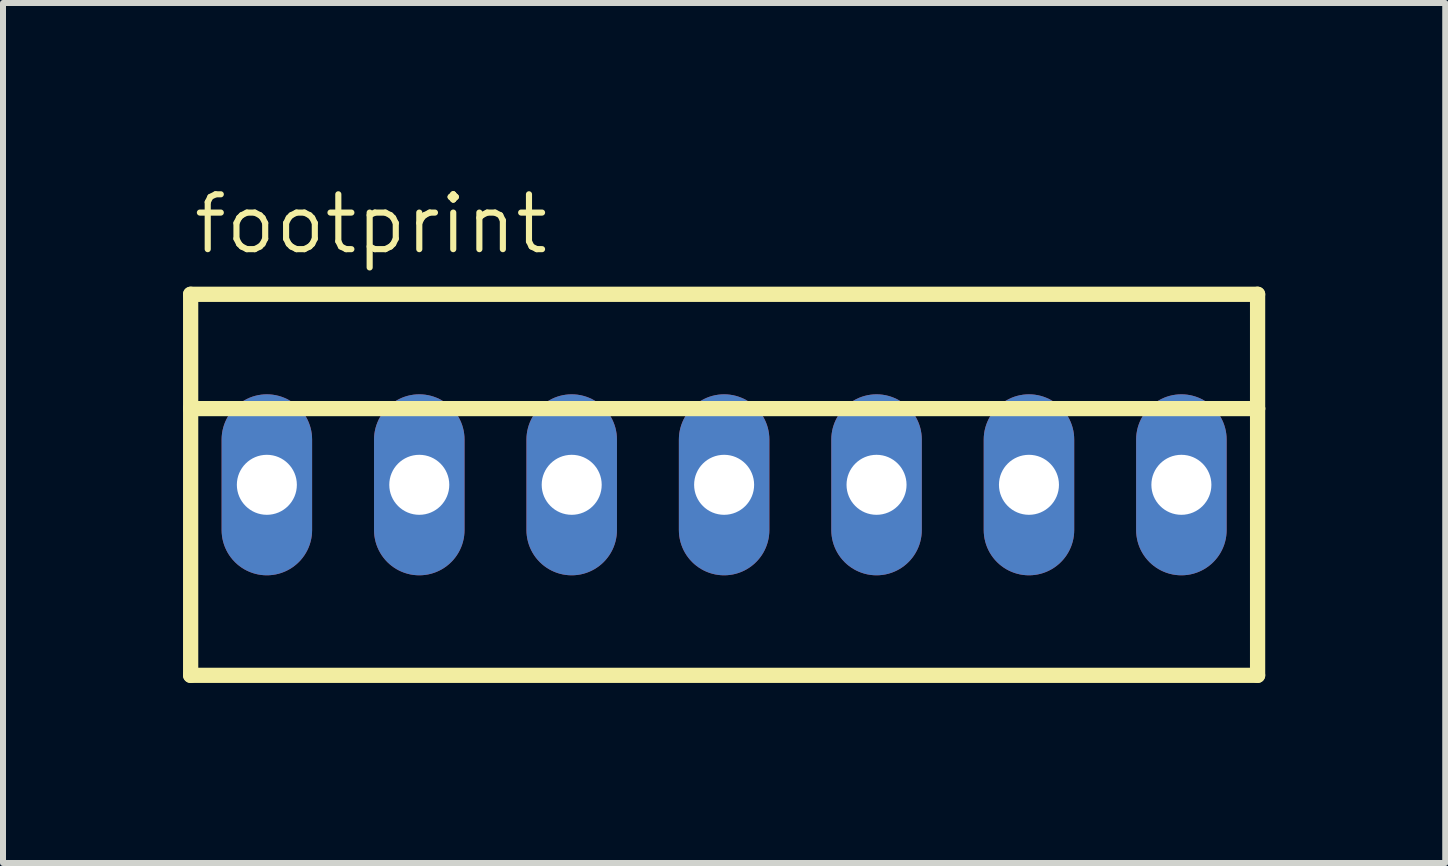
<source format=kicad_pcb>
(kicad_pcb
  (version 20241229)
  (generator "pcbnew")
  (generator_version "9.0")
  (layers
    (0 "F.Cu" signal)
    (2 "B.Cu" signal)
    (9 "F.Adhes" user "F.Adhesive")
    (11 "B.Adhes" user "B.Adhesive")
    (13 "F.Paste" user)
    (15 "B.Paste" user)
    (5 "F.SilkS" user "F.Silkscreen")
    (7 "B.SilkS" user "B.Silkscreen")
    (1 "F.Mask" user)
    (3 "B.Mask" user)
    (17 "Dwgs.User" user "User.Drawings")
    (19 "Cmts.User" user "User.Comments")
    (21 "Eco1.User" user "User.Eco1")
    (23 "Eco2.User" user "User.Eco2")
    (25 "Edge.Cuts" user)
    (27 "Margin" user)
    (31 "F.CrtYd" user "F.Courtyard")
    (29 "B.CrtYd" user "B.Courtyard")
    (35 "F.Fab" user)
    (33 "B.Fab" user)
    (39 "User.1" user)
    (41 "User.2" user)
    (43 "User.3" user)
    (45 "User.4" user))
  (footprint "footprint"
    (layer "F.Cu")
    (at 9.017 5.029)
    (property "Reference" "footprint" (at -8.89 -3.81 0) (layer "F.SilkS") (effects (font (size 0.914 0.914) (thickness 0.102)) (justify left bottom)))
    (fp_line (start -8.89 -3.175) (end 8.89 -3.175) (stroke (width 0.254) (type solid)) (layer "F.SilkS"))
    (fp_line (start -8.89 -1.27) (end -8.89 -3.175) (stroke (width 0.254) (type solid)) (layer "F.SilkS"))
    (fp_line (start -8.89 -1.27) (end 8.89 -1.27) (stroke (width 0.254) (type solid)) (layer "F.SilkS"))
    (fp_line (start -8.89 3.175) (end -8.89 -1.27) (stroke (width 0.254) (type solid)) (layer "F.SilkS"))
    (fp_line (start 8.89 -3.175) (end 8.89 -1.27) (stroke (width 0.254) (type solid)) (layer "F.SilkS"))
    (fp_line (start 8.89 -1.27) (end 8.89 3.175) (stroke (width 0.254) (type solid)) (layer "F.SilkS"))
    (fp_line (start 8.89 3.175) (end -8.89 3.175) (stroke (width 0.254) (type solid)) (layer "F.SilkS"))
    (pad "1" thru_hole oval (at -7.62 0 90) (size 3.016 1.508) (drill 1) (layers "*.Cu" "*.Mask"))
    (pad "2" thru_hole oval (at -5.08 0 90) (size 3.016 1.508) (drill 1) (layers "*.Cu" "*.Mask"))
    (pad "3" thru_hole oval (at -2.54 0 90) (size 3.016 1.508) (drill 1) (layers "*.Cu" "*.Mask"))
    (pad "4" thru_hole oval (at 0 0 90) (size 3.016 1.508) (drill 1) (layers "*.Cu" "*.Mask"))
    (pad "5" thru_hole oval (at 2.54 0 90) (size 3.016 1.508) (drill 1) (layers "*.Cu" "*.Mask"))
    (pad "6" thru_hole oval (at 5.08 0 90) (size 3.016 1.508) (drill 1) (layers "*.Cu" "*.Mask"))
    (pad "7" thru_hole oval (at 7.62 0 90) (size 3.016 1.508) (drill 1) (layers "*.Cu" "*.Mask")))
  (gr_rect
    (start -3 -3)
    (end 21.034 11.331)
    (stroke (width 0.1) (type default))
    (fill no)
    (layer "Edge.Cuts")))
</source>
